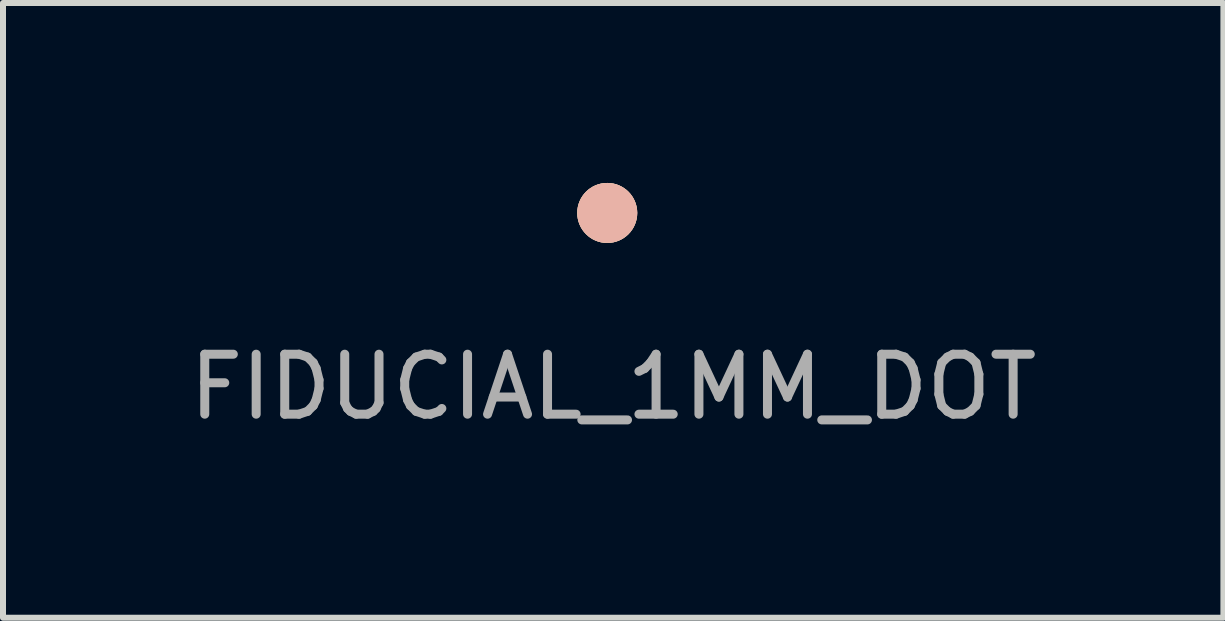
<source format=kicad_pcb>
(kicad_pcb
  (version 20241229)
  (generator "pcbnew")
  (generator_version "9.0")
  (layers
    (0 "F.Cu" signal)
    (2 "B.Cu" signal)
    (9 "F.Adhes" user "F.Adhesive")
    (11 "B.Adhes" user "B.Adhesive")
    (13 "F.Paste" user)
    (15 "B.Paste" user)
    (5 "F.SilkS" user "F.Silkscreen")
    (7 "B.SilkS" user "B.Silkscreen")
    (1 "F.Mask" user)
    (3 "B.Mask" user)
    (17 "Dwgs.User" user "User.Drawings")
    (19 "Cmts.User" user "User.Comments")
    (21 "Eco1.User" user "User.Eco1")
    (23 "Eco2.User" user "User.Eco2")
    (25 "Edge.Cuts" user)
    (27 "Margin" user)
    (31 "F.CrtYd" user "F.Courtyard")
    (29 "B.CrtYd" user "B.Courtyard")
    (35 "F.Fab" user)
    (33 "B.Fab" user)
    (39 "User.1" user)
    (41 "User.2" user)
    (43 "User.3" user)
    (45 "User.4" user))
  (footprint "FIDUCIAL_1MM_DOT"
    (layer "F.Cu")
    (at 7.073 0.5)
    (property "Reference" "FIDUCIAL_1MM_DOT" (at 0.1 2.9 0) (layer "F.Fab") (effects (font (size 1 1) (thickness 0.15))))
    (attr through_hole)
    (pad "1" smd circle (at 0 0) (size 1 1) (layers "*.Cu" "*.SilkS" "*.Mask")))
  (gr_rect
    (start -3 -3)
    (end 17.345 7.248)
    (stroke (width 0.1) (type default))
    (fill no)
    (layer "Edge.Cuts")))
</source>
